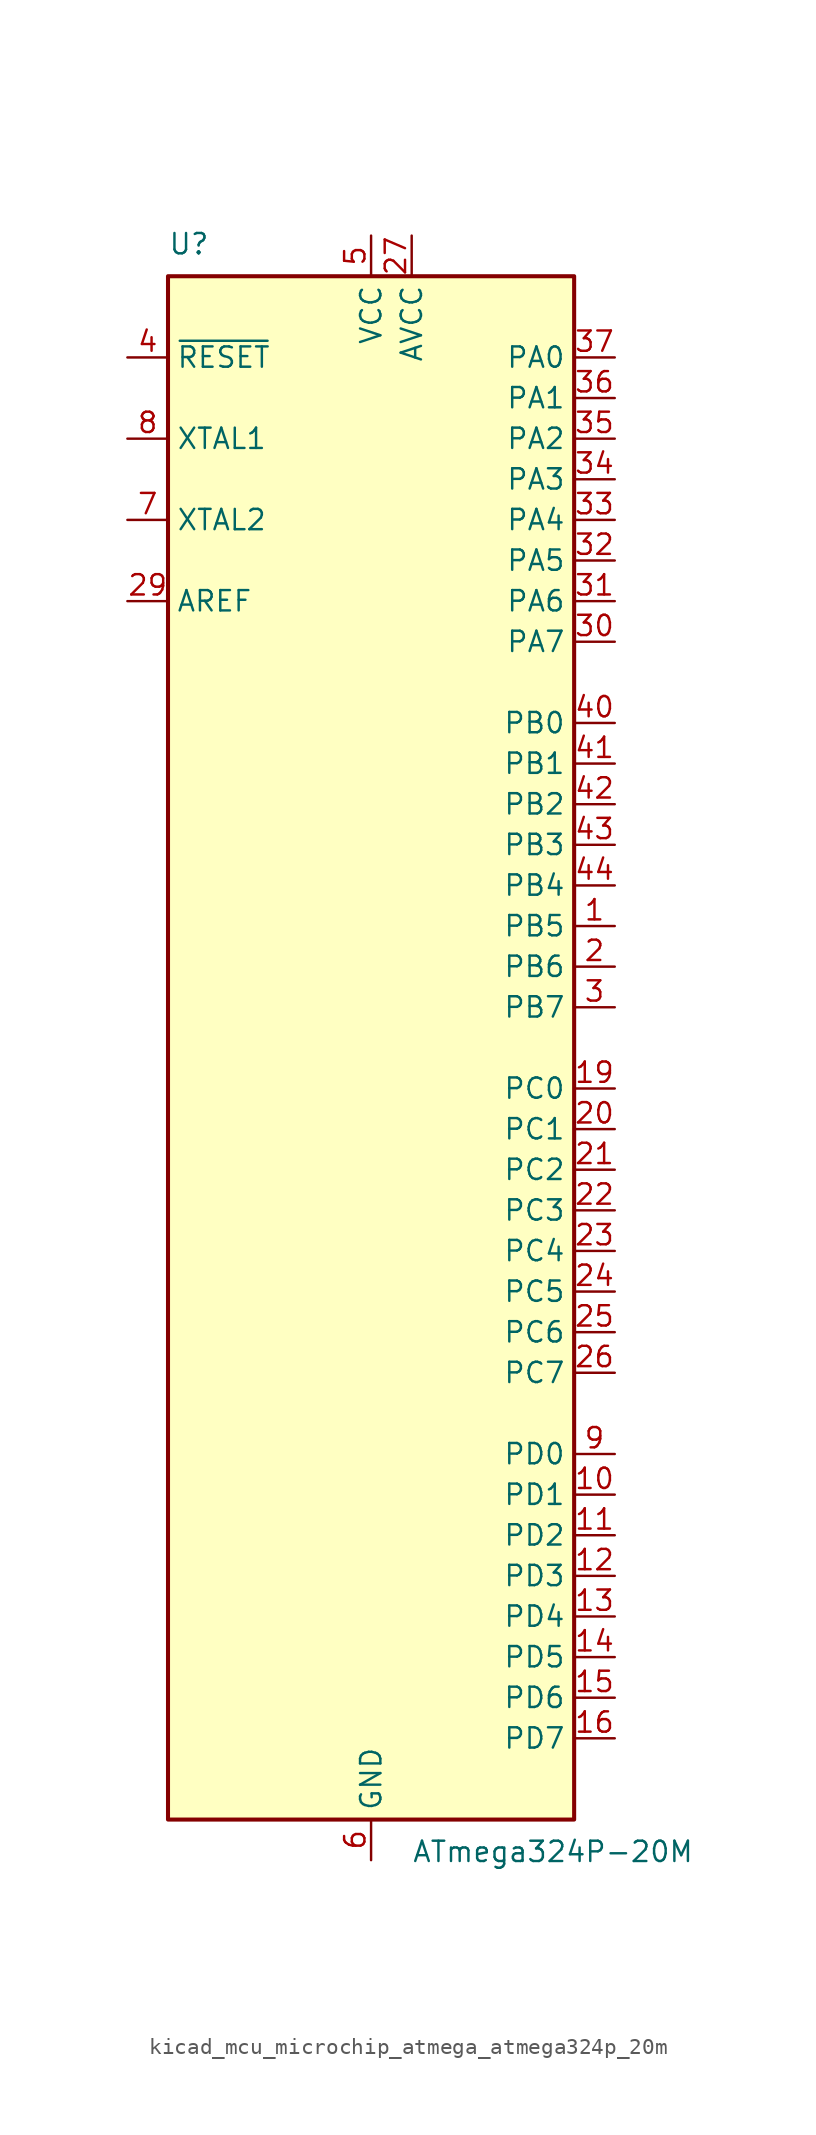
<source format=kicad_sym>
(kicad_symbol_lib
  (version 20220914)
  (generator kicad_symbol_editor)
  (symbol "kicad_mcu_microchip_atmega_atmega324p_20m"
    (property "Reference" "U"
      (at -12.7 49.53 0)
      (effects (font (size 1.27 1.27)) (justify left bottom)))
    (property "Value" "ATmega324P-20M"
      (at 2.54 -49.53 0)
      (effects (font (size 1.27 1.27)) (justify left top)))
    (symbol "kicad_mcu_microchip_atmega_atmega324p_20m_0_1"
      (rectangle (start -12.7 -48.26) (end 12.7 48.26) (stroke (width 0.254) (type default)) (fill (type background))))
    (symbol "kicad_mcu_microchip_atmega_atmega324p_20m_1_1"
      (pin bidirectional line (at 15.24 7.62 180) (length 2.54) (name "PB5" (effects (font (size 1.27 1.27)))) (number "1" (effects (font (size 1.27 1.27)))))
      (pin bidirectional line (at 15.24 -27.94 180) (length 2.54) (name "PD1" (effects (font (size 1.27 1.27)))) (number "10" (effects (font (size 1.27 1.27)))))
      (pin bidirectional line (at 15.24 -30.48 180) (length 2.54) (name "PD2" (effects (font (size 1.27 1.27)))) (number "11" (effects (font (size 1.27 1.27)))))
      (pin bidirectional line (at 15.24 -33.02 180) (length 2.54) (name "PD3" (effects (font (size 1.27 1.27)))) (number "12" (effects (font (size 1.27 1.27)))))
      (pin bidirectional line (at 15.24 -35.56 180) (length 2.54) (name "PD4" (effects (font (size 1.27 1.27)))) (number "13" (effects (font (size 1.27 1.27)))))
      (pin bidirectional line (at 15.24 -38.1 180) (length 2.54) (name "PD5" (effects (font (size 1.27 1.27)))) (number "14" (effects (font (size 1.27 1.27)))))
      (pin bidirectional line (at 15.24 -40.64 180) (length 2.54) (name "PD6" (effects (font (size 1.27 1.27)))) (number "15" (effects (font (size 1.27 1.27)))))
      (pin bidirectional line (at 15.24 -43.18 180) (length 2.54) (name "PD7" (effects (font (size 1.27 1.27)))) (number "16" (effects (font (size 1.27 1.27)))))
      (pin passive line (at 0 50.8 270) (length 2.54) hide (name "VCC" (effects (font (size 1.27 1.27)))) (number "17" (effects (font (size 1.27 1.27)))))
      (pin passive line (at 0 -50.8 90) (length 2.54) hide (name "GND" (effects (font (size 1.27 1.27)))) (number "18" (effects (font (size 1.27 1.27)))))
      (pin bidirectional line (at 15.24 -2.54 180) (length 2.54) (name "PC0" (effects (font (size 1.27 1.27)))) (number "19" (effects (font (size 1.27 1.27)))))
      (pin bidirectional line (at 15.24 5.08 180) (length 2.54) (name "PB6" (effects (font (size 1.27 1.27)))) (number "2" (effects (font (size 1.27 1.27)))))
      (pin bidirectional line (at 15.24 -5.08 180) (length 2.54) (name "PC1" (effects (font (size 1.27 1.27)))) (number "20" (effects (font (size 1.27 1.27)))))
      (pin bidirectional line (at 15.24 -7.62 180) (length 2.54) (name "PC2" (effects (font (size 1.27 1.27)))) (number "21" (effects (font (size 1.27 1.27)))))
      (pin bidirectional line (at 15.24 -10.16 180) (length 2.54) (name "PC3" (effects (font (size 1.27 1.27)))) (number "22" (effects (font (size 1.27 1.27)))))
      (pin bidirectional line (at 15.24 -12.7 180) (length 2.54) (name "PC4" (effects (font (size 1.27 1.27)))) (number "23" (effects (font (size 1.27 1.27)))))
      (pin bidirectional line (at 15.24 -15.24 180) (length 2.54) (name "PC5" (effects (font (size 1.27 1.27)))) (number "24" (effects (font (size 1.27 1.27)))))
      (pin bidirectional line (at 15.24 -17.78 180) (length 2.54) (name "PC6" (effects (font (size 1.27 1.27)))) (number "25" (effects (font (size 1.27 1.27)))))
      (pin bidirectional line (at 15.24 -20.32 180) (length 2.54) (name "PC7" (effects (font (size 1.27 1.27)))) (number "26" (effects (font (size 1.27 1.27)))))
      (pin power_in line (at 2.54 50.8 270) (length 2.54) (name "AVCC" (effects (font (size 1.27 1.27)))) (number "27" (effects (font (size 1.27 1.27)))))
      (pin passive line (at 0 -50.8 90) (length 2.54) hide (name "GND" (effects (font (size 1.27 1.27)))) (number "28" (effects (font (size 1.27 1.27)))))
      (pin passive line (at -15.24 27.94 0) (length 2.54) (name "AREF" (effects (font (size 1.27 1.27)))) (number "29" (effects (font (size 1.27 1.27)))))
      (pin bidirectional line (at 15.24 2.54 180) (length 2.54) (name "PB7" (effects (font (size 1.27 1.27)))) (number "3" (effects (font (size 1.27 1.27)))))
      (pin bidirectional line (at 15.24 25.4 180) (length 2.54) (name "PA7" (effects (font (size 1.27 1.27)))) (number "30" (effects (font (size 1.27 1.27)))))
      (pin bidirectional line (at 15.24 27.94 180) (length 2.54) (name "PA6" (effects (font (size 1.27 1.27)))) (number "31" (effects (font (size 1.27 1.27)))))
      (pin bidirectional line (at 15.24 30.48 180) (length 2.54) (name "PA5" (effects (font (size 1.27 1.27)))) (number "32" (effects (font (size 1.27 1.27)))))
      (pin bidirectional line (at 15.24 33.02 180) (length 2.54) (name "PA4" (effects (font (size 1.27 1.27)))) (number "33" (effects (font (size 1.27 1.27)))))
      (pin bidirectional line (at 15.24 35.56 180) (length 2.54) (name "PA3" (effects (font (size 1.27 1.27)))) (number "34" (effects (font (size 1.27 1.27)))))
      (pin bidirectional line (at 15.24 38.1 180) (length 2.54) (name "PA2" (effects (font (size 1.27 1.27)))) (number "35" (effects (font (size 1.27 1.27)))))
      (pin bidirectional line (at 15.24 40.64 180) (length 2.54) (name "PA1" (effects (font (size 1.27 1.27)))) (number "36" (effects (font (size 1.27 1.27)))))
      (pin bidirectional line (at 15.24 43.18 180) (length 2.54) (name "PA0" (effects (font (size 1.27 1.27)))) (number "37" (effects (font (size 1.27 1.27)))))
      (pin passive line (at 0 50.8 270) (length 2.54) hide (name "VCC" (effects (font (size 1.27 1.27)))) (number "38" (effects (font (size 1.27 1.27)))))
      (pin passive line (at 0 -50.8 90) (length 2.54) hide (name "GND" (effects (font (size 1.27 1.27)))) (number "39" (effects (font (size 1.27 1.27)))))
      (pin input line (at -15.24 43.18 0) (length 2.54) (name "~{RESET}" (effects (font (size 1.27 1.27)))) (number "4" (effects (font (size 1.27 1.27)))))
      (pin bidirectional line (at 15.24 20.32 180) (length 2.54) (name "PB0" (effects (font (size 1.27 1.27)))) (number "40" (effects (font (size 1.27 1.27)))))
      (pin bidirectional line (at 15.24 17.78 180) (length 2.54) (name "PB1" (effects (font (size 1.27 1.27)))) (number "41" (effects (font (size 1.27 1.27)))))
      (pin bidirectional line (at 15.24 15.24 180) (length 2.54) (name "PB2" (effects (font (size 1.27 1.27)))) (number "42" (effects (font (size 1.27 1.27)))))
      (pin bidirectional line (at 15.24 12.7 180) (length 2.54) (name "PB3" (effects (font (size 1.27 1.27)))) (number "43" (effects (font (size 1.27 1.27)))))
      (pin bidirectional line (at 15.24 10.16 180) (length 2.54) (name "PB4" (effects (font (size 1.27 1.27)))) (number "44" (effects (font (size 1.27 1.27)))))
      (pin passive line (at 0 -50.8 90) (length 2.54) hide (name "GND" (effects (font (size 1.27 1.27)))) (number "45" (effects (font (size 1.27 1.27)))))
      (pin power_in line (at 0 50.8 270) (length 2.54) (name "VCC" (effects (font (size 1.27 1.27)))) (number "5" (effects (font (size 1.27 1.27)))))
      (pin power_in line (at 0 -50.8 90) (length 2.54) (name "GND" (effects (font (size 1.27 1.27)))) (number "6" (effects (font (size 1.27 1.27)))))
      (pin output line (at -15.24 33.02 0) (length 2.54) (name "XTAL2" (effects (font (size 1.27 1.27)))) (number "7" (effects (font (size 1.27 1.27)))))
      (pin input line (at -15.24 38.1 0) (length 2.54) (name "XTAL1" (effects (font (size 1.27 1.27)))) (number "8" (effects (font (size 1.27 1.27)))))
      (pin bidirectional line (at 15.24 -25.4 180) (length 2.54) (name "PD0" (effects (font (size 1.27 1.27)))) (number "9" (effects (font (size 1.27 1.27))))))))
</source>
